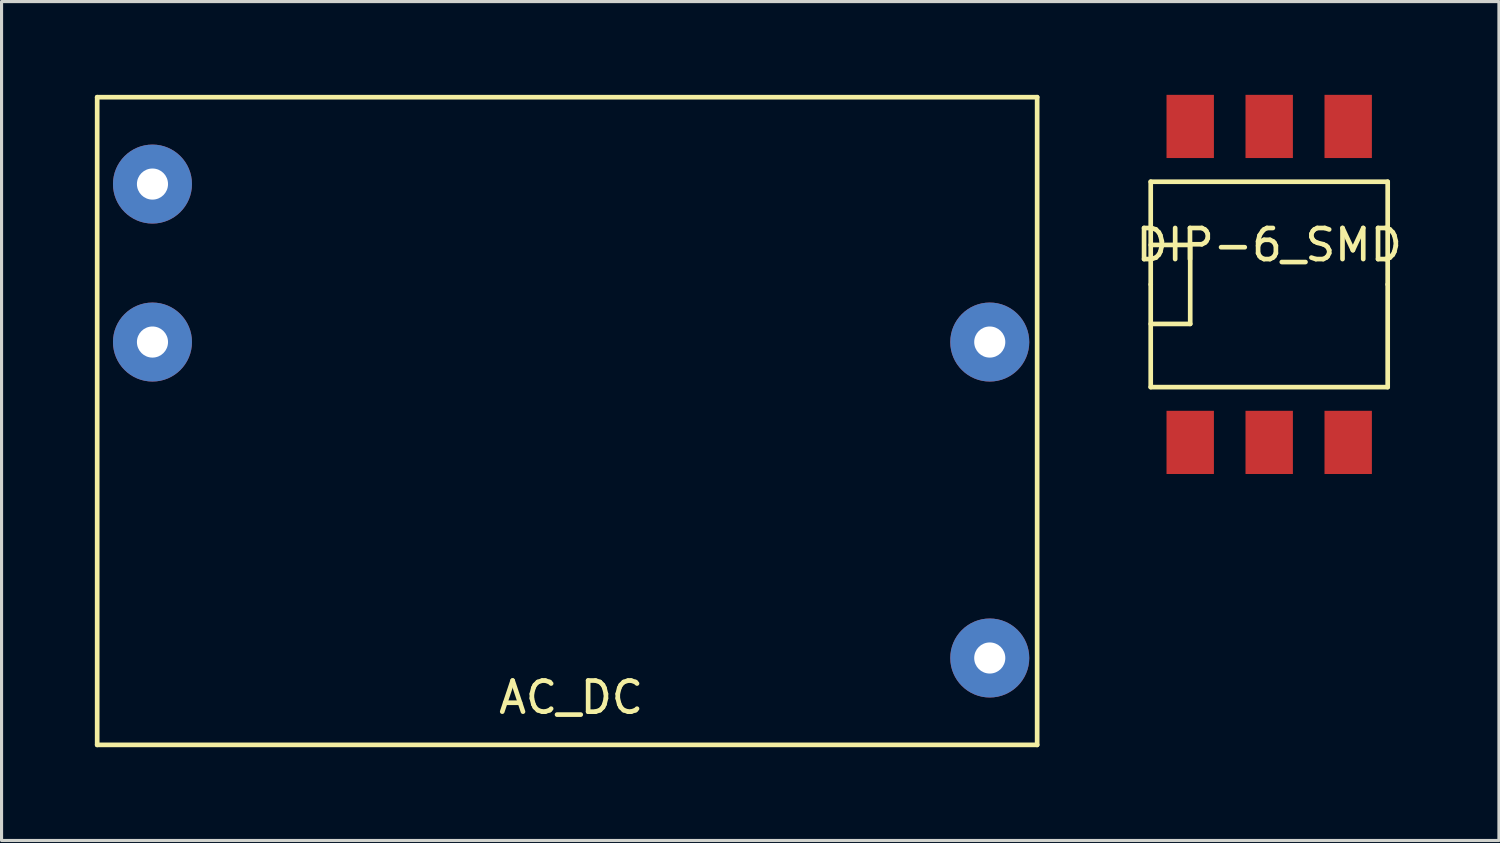
<source format=kicad_pcb>
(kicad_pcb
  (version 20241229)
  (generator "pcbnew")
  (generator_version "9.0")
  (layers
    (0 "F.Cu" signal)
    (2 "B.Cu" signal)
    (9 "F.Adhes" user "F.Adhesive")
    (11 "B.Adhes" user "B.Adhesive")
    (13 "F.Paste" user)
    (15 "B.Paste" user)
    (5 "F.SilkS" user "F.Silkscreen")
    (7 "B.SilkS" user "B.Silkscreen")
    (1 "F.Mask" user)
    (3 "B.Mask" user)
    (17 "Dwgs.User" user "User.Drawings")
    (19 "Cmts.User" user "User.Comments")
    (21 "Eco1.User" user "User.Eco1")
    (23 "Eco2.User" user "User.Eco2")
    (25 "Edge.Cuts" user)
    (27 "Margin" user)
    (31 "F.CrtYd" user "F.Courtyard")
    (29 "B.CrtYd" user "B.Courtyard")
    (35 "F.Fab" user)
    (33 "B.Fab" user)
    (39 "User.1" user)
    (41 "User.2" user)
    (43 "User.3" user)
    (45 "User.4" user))
  (footprint "DIP-6_SMD"
    (layer "F.Cu")
    (at 37.763 6.096)
    (property "Reference" "DIP-6_SMD" (at 0 -1.27 0) (layer "F.SilkS") (effects (font (size 1 1) (thickness 0.15))))
    (attr smd)
    (fp_line (start -3.81 -3.302) (end 3.81 -3.302) (stroke (width 0.15) (type solid)) (layer "F.SilkS"))
    (fp_line (start -3.81 -1.27) (end -2.54 -1.27) (stroke (width 0.15) (type solid)) (layer "F.SilkS"))
    (fp_line (start -3.81 0) (end -3.81 -3.302) (stroke (width 0.15) (type solid)) (layer "F.SilkS"))
    (fp_line (start -3.81 3.302) (end -3.81 0) (stroke (width 0.15) (type solid)) (layer "F.SilkS"))
    (fp_line (start -3.81 3.302) (end 3.81 3.302) (stroke (width 0.15) (type solid)) (layer "F.SilkS"))
    (fp_line (start -2.54 -1.27) (end -2.54 1.27) (stroke (width 0.15) (type solid)) (layer "F.SilkS"))
    (fp_line (start -2.54 1.27) (end -3.81 1.27) (stroke (width 0.15) (type solid)) (layer "F.SilkS"))
    (fp_line (start 3.81 0) (end 3.81 -3.302) (stroke (width 0.15) (type solid)) (layer "F.SilkS"))
    (fp_line (start 3.81 3.302) (end 3.81 0) (stroke (width 0.15) (type solid)) (layer "F.SilkS"))
    (pad "1" smd rect (at -2.54 5.08) (size 1.524 2.032) (layers "F.Cu" "F.Mask" "F.Paste"))
    (pad "2" smd rect (at 0 5.08) (size 1.524 2.032) (layers "F.Cu" "F.Mask" "F.Paste"))
    (pad "3" smd rect (at 2.54 5.08) (size 1.524 2.032) (layers "F.Cu" "F.Mask" "F.Paste"))
    (pad "4" smd rect (at 2.54 -5.08) (size 1.524 2.032) (layers "F.Cu" "F.Mask" "F.Paste"))
    (pad "5" smd rect (at 0 -5.08) (size 1.524 2.032) (layers "F.Cu" "F.Mask" "F.Paste"))
    (pad "6" smd rect (at -2.54 -5.08) (size 1.524 2.032) (layers "F.Cu" "F.Mask" "F.Paste")))
  (footprint "AC_DC"
    (layer "F.Cu")
    (at 15.061 10.489)
    (property "Reference" "AC_DC" (at 0.254 8.89 0) (layer "F.SilkS") (effects (font (size 1 1) (thickness 0.15))))
    (attr through_hole)
    (fp_line (start -14.986 -10.414) (end -14.986 10.414) (stroke (width 0.15) (type solid)) (layer "F.SilkS"))
    (fp_line (start -14.986 10.414) (end 15.24 10.414) (stroke (width 0.15) (type solid)) (layer "F.SilkS"))
    (fp_line (start 15.24 -10.414) (end -14.986 -10.414) (stroke (width 0.15) (type solid)) (layer "F.SilkS"))
    (fp_line (start 15.24 -10.414) (end 15.24 10.414) (stroke (width 0.15) (type solid)) (layer "F.SilkS"))
    (pad "1" thru_hole circle (at -13.208 -7.62) (size 2.54 2.54) (drill 1) (layers "*.Cu" "*.Mask"))
    (pad "2" thru_hole circle (at -13.208 -2.54) (size 2.54 2.54) (drill 1) (layers "*.Cu" "*.Mask"))
    (pad "3" thru_hole circle (at 13.716 7.62) (size 2.54 2.54) (drill 1) (layers "*.Cu" "*.Mask"))
    (pad "4" thru_hole circle (at 13.716 -2.54) (size 2.54 2.54) (drill 1) (layers "*.Cu" "*.Mask")))
  (gr_rect
    (start -3 -3)
    (end 45.15 23.978)
    (stroke (width 0.1) (type default))
    (fill no)
    (layer "Edge.Cuts")))
</source>
